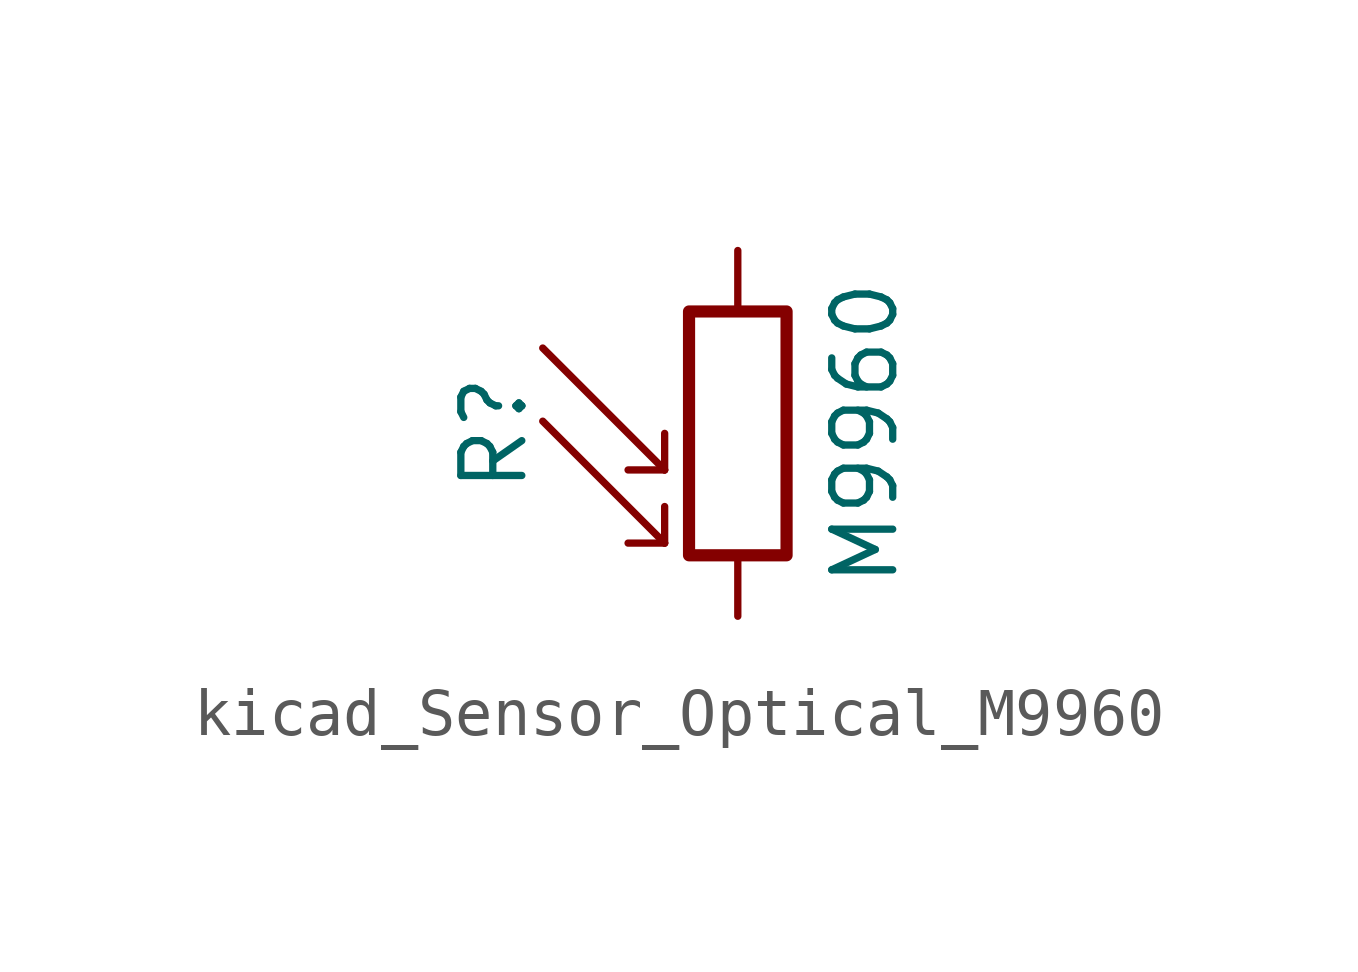
<source format=kicad_sym>
(kicad_symbol_lib
  (version 20220914)
  (generator kicad_symbol_editor)
  (symbol "kicad_Sensor_Optical_M9960"
    (pin_numbers hide)
    (pin_names
      (offset 0))
    (property "Reference" "R"
      (at -5.08 0 90)
      (effects (font (size 1.27 1.27))))
    (property "Value" "M9960"
      (at 1.905 0 90)
      (effects (font (size 1.27 1.27)) (justify top)))
    (symbol "kicad_Sensor_Optical_M9960_0_1"
      (rectangle (start -1.016 2.54) (end 1.016 -2.54) (stroke (width 0.254) (type default)) (fill (type none)))
      (polyline (pts (xy -1.524 -2.286) (xy -4.064 0.254)) (stroke (width 0) (type default)) (fill (type none)))
      (polyline (pts (xy -1.524 -2.286) (xy -2.286 -2.286)) (stroke (width 0) (type default)) (fill (type none)))
      (polyline (pts (xy -1.524 -2.286) (xy -1.524 -1.524)) (stroke (width 0) (type default)) (fill (type none)))
      (polyline (pts (xy -1.524 -0.762) (xy -4.064 1.778)) (stroke (width 0) (type default)) (fill (type none)))
      (polyline (pts (xy -1.524 -0.762) (xy -2.286 -0.762)) (stroke (width 0) (type default)) (fill (type none)))
      (polyline (pts (xy -1.524 -0.762) (xy -1.524 0)) (stroke (width 0) (type default)) (fill (type none))))
    (symbol "kicad_Sensor_Optical_M9960_1_1"
      (pin passive line (at 0 3.81 270) (length 1.27) (name "~" (effects (font (size 1.27 1.27)))) (number "1" (effects (font (size 1.27 1.27)))))
      (pin passive line (at 0 -3.81 90) (length 1.27) (name "~" (effects (font (size 1.27 1.27)))) (number "2" (effects (font (size 1.27 1.27))))))))
</source>
